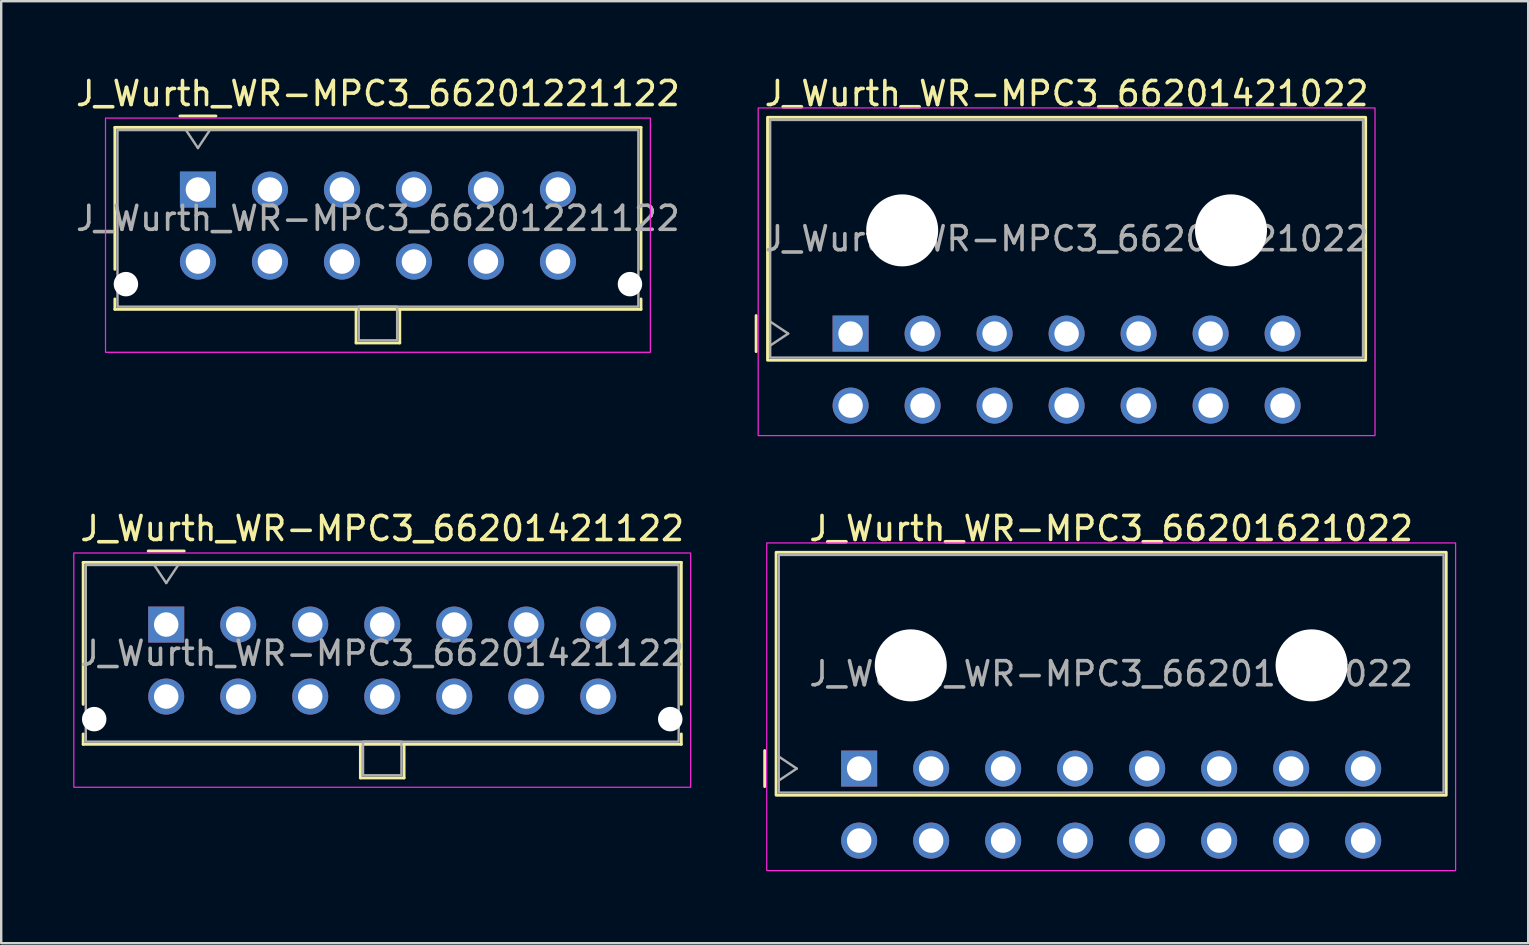
<source format=kicad_pcb>
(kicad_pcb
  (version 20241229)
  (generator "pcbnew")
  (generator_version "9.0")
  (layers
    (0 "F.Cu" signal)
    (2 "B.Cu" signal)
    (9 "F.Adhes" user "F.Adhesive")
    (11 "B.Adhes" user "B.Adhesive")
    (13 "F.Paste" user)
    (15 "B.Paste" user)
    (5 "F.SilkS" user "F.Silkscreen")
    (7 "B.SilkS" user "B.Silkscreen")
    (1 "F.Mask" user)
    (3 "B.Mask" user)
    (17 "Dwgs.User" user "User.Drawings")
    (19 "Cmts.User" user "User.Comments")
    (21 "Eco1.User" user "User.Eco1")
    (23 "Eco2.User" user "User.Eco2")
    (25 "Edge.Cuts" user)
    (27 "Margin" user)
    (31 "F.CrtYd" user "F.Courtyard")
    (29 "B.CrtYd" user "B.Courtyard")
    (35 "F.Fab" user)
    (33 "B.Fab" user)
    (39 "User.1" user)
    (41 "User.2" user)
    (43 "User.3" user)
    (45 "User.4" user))
  (footprint "J_Wurth_WR-MPC3_66201621022"
    (layer "F.Cu")
    (at 32.745 28.971)
    (property "Reference" "J_Wurth_WR-MPC3_66201621022" (at 10.5 -10 0) (unlocked yes) (layer "F.SilkS") (effects (font (size 1 1) (thickness 0.15))))
    (attr through_hole)
    (fp_line (start -3.935 -0.75) (end -3.935 0.75) (stroke (width 0.12) (type solid)) (layer "F.SilkS"))
    (fp_rect (start -3.46 -9.01) (end 24.46 1.11) (stroke (width 0.12) (type solid)) (fill no) (layer "F.SilkS"))
    (fp_rect (start -3.85 -9.4) (end 24.85 4.25) (stroke (width 0.05) (type solid)) (fill no) (layer "F.CrtYd"))
    (fp_line (start -2.6 0) (end -3.35 -0.5) (stroke (width 0.1) (type solid)) (layer "F.Fab"))
    (fp_line (start -2.6 0) (end -3.35 0.5) (stroke (width 0.1) (type solid)) (layer "F.Fab"))
    (fp_rect (start -3.35 -8.9) (end 24.35 1) (stroke (width 0.1) (type solid)) (fill no) (layer "F.Fab"))
    (fp_text user "${REFERENCE}" (at 10.5 -3.95 0) (unlocked yes) (layer "F.Fab") (effects (font (size 1 1) (thickness 0.15))))
    (pad "" np_thru_hole circle (at 2.15 -4.3 180) (size 3 3) (drill 3) (layers "*.Cu" "*.Mask"))
    (pad "" np_thru_hole circle (at 18.85 -4.3 180) (size 3 3) (drill 3) (layers "*.Cu" "*.Mask"))
    (pad "1" thru_hole rect (at 0 0 180) (size 1.5 1.5) (drill 1.02) (layers "*.Cu" "*.Mask"))
    (pad "2" thru_hole circle (at 3 0 180) (size 1.5 1.5) (drill 1.02) (layers "*.Cu" "*.Mask"))
    (pad "3" thru_hole circle (at 6 0 180) (size 1.5 1.5) (drill 1.02) (layers "*.Cu" "*.Mask"))
    (pad "4" thru_hole circle (at 9 0 180) (size 1.5 1.5) (drill 1.02) (layers "*.Cu" "*.Mask"))
    (pad "5" thru_hole circle (at 12 0 180) (size 1.5 1.5) (drill 1.02) (layers "*.Cu" "*.Mask"))
    (pad "6" thru_hole circle (at 15 0 180) (size 1.5 1.5) (drill 1.02) (layers "*.Cu" "*.Mask"))
    (pad "7" thru_hole circle (at 18 0 180) (size 1.5 1.5) (drill 1.02) (layers "*.Cu" "*.Mask"))
    (pad "8" thru_hole circle (at 21 0 180) (size 1.5 1.5) (drill 1.02) (layers "*.Cu" "*.Mask"))
    (pad "9" thru_hole circle (at 0 3 180) (size 1.5 1.5) (drill 1.02) (layers "*.Cu" "*.Mask"))
    (pad "10" thru_hole circle (at 3 3 180) (size 1.5 1.5) (drill 1.02) (layers "*.Cu" "*.Mask"))
    (pad "11" thru_hole circle (at 6 3 180) (size 1.5 1.5) (drill 1.02) (layers "*.Cu" "*.Mask"))
    (pad "12" thru_hole circle (at 9 3 180) (size 1.5 1.5) (drill 1.02) (layers "*.Cu" "*.Mask"))
    (pad "13" thru_hole circle (at 12 3 180) (size 1.5 1.5) (drill 1.02) (layers "*.Cu" "*.Mask"))
    (pad "14" thru_hole circle (at 15 3 180) (size 1.5 1.5) (drill 1.02) (layers "*.Cu" "*.Mask"))
    (pad "15" thru_hole circle (at 18 3 180) (size 1.5 1.5) (drill 1.02) (layers "*.Cu" "*.Mask"))
    (pad "16" thru_hole circle (at 21 3 180) (size 1.5 1.5) (drill 1.02) (layers "*.Cu" "*.Mask")))
  (footprint "J_Wurth_WR-MPC3_66201221122"
    (layer "F.Cu")
    (at 5.196 4.848)
    (property "Reference" "J_Wurth_WR-MPC3_66201221122" (at 7.5 -4 0) (unlocked yes) (layer "F.SilkS") (effects (font (size 1 1) (thickness 0.15))))
    (attr through_hole)
    (fp_line (start -3.46 -2.59) (end -3.46 3.323) (stroke (width 0.12) (type default)) (layer "F.SilkS"))
    (fp_line (start -3.46 -2.59) (end 18.46 -2.59) (stroke (width 0.12) (type default)) (layer "F.SilkS"))
    (fp_line (start -3.46 4.99) (end -3.46 4.557) (stroke (width 0.12) (type default)) (layer "F.SilkS"))
    (fp_line (start -0.75 -3.065) (end 0.75 -3.065) (stroke (width 0.12) (type solid)) (layer "F.SilkS"))
    (fp_line (start 6.59 6.39) (end 6.59 4.99) (stroke (width 0.12) (type default)) (layer "F.SilkS"))
    (fp_line (start 8.41 4.99) (end 8.41 6.39) (stroke (width 0.12) (type default)) (layer "F.SilkS"))
    (fp_line (start 8.41 6.39) (end 6.59 6.39) (stroke (width 0.12) (type default)) (layer "F.SilkS"))
    (fp_line (start 18.46 -2.59) (end 18.46 3.323) (stroke (width 0.12) (type default)) (layer "F.SilkS"))
    (fp_line (start 18.46 4.99) (end -3.46 4.99) (stroke (width 0.12) (type default)) (layer "F.SilkS"))
    (fp_line (start 18.46 4.99) (end 18.46 4.557) (stroke (width 0.12) (type default)) (layer "F.SilkS"))
    (fp_rect (start -3.85 -2.98) (end 18.85 6.78) (stroke (width 0.05) (type solid)) (fill no) (layer "F.CrtYd"))
    (fp_line (start 0 -1.73) (end -0.5 -2.48) (stroke (width 0.1) (type solid)) (layer "F.Fab"))
    (fp_line (start 0 -1.73) (end 0.5 -2.48) (stroke (width 0.1) (type solid)) (layer "F.Fab"))
    (fp_rect (start -3.35 -2.48) (end 18.35 4.88) (stroke (width 0.1) (type solid)) (fill no) (layer "F.Fab"))
    (fp_rect (start 6.7 4.88) (end 8.3 6.28) (stroke (width 0.1) (type solid)) (fill no) (layer "F.Fab"))
    (fp_text user "${REFERENCE}" (at 7.5 1.2 0) (unlocked yes) (layer "F.Fab") (effects (font (size 1 1) (thickness 0.15))))
    (pad "" np_thru_hole circle (at -3 3.94 180) (size 1.02 1.02) (drill 1.02) (layers "*.Cu" "*.Mask"))
    (pad "" np_thru_hole circle (at 18 3.94 180) (size 1.02 1.02) (drill 1.02) (layers "*.Cu" "*.Mask"))
    (pad "1" thru_hole rect (at 0 0 180) (size 1.5 1.5) (drill 1.02) (layers "*.Cu" "*.Mask"))
    (pad "2" thru_hole circle (at 3 0 180) (size 1.5 1.5) (drill 1.02) (layers "*.Cu" "*.Mask"))
    (pad "3" thru_hole circle (at 6 0 180) (size 1.5 1.5) (drill 1.02) (layers "*.Cu" "*.Mask"))
    (pad "4" thru_hole circle (at 9 0 180) (size 1.5 1.5) (drill 1.02) (layers "*.Cu" "*.Mask"))
    (pad "5" thru_hole circle (at 12 0 180) (size 1.5 1.5) (drill 1.02) (layers "*.Cu" "*.Mask"))
    (pad "6" thru_hole circle (at 15 0 180) (size 1.5 1.5) (drill 1.02) (layers "*.Cu" "*.Mask"))
    (pad "7" thru_hole circle (at 0 3 180) (size 1.5 1.5) (drill 1.02) (layers "*.Cu" "*.Mask"))
    (pad "8" thru_hole circle (at 3 3 180) (size 1.5 1.5) (drill 1.02) (layers "*.Cu" "*.Mask"))
    (pad "9" thru_hole circle (at 6 3 180) (size 1.5 1.5) (drill 1.02) (layers "*.Cu" "*.Mask"))
    (pad "10" thru_hole circle (at 9 3 180) (size 1.5 1.5) (drill 1.02) (layers "*.Cu" "*.Mask"))
    (pad "11" thru_hole circle (at 12 3 180) (size 1.5 1.5) (drill 1.02) (layers "*.Cu" "*.Mask"))
    (pad "12" thru_hole circle (at 15 3 180) (size 1.5 1.5) (drill 1.02) (layers "*.Cu" "*.Mask")))
  (footprint "J_Wurth_WR-MPC3_66201421022"
    (layer "F.Cu")
    (at 32.388 10.848)
    (property "Reference" "J_Wurth_WR-MPC3_66201421022" (at 9 -10 0) (unlocked yes) (layer "F.SilkS") (effects (font (size 1 1) (thickness 0.15))))
    (attr through_hole)
    (fp_line (start -3.935 -0.75) (end -3.935 0.75) (stroke (width 0.12) (type solid)) (layer "F.SilkS"))
    (fp_rect (start -3.46 -9.01) (end 21.46 1.11) (stroke (width 0.12) (type solid)) (fill no) (layer "F.SilkS"))
    (fp_rect (start -3.85 -9.4) (end 21.85 4.25) (stroke (width 0.05) (type solid)) (fill no) (layer "F.CrtYd"))
    (fp_line (start -2.6 0) (end -3.35 -0.5) (stroke (width 0.1) (type solid)) (layer "F.Fab"))
    (fp_line (start -2.6 0) (end -3.35 0.5) (stroke (width 0.1) (type solid)) (layer "F.Fab"))
    (fp_rect (start -3.35 -8.9) (end 21.35 1) (stroke (width 0.1) (type solid)) (fill no) (layer "F.Fab"))
    (fp_text user "${REFERENCE}" (at 9 -3.95 0) (unlocked yes) (layer "F.Fab") (effects (font (size 1 1) (thickness 0.15))))
    (pad "" np_thru_hole circle (at 2.15 -4.3 180) (size 3 3) (drill 3) (layers "*.Cu" "*.Mask"))
    (pad "" np_thru_hole circle (at 15.85 -4.3 180) (size 3 3) (drill 3) (layers "*.Cu" "*.Mask"))
    (pad "1" thru_hole rect (at 0 0 180) (size 1.5 1.5) (drill 1.02) (layers "*.Cu" "*.Mask"))
    (pad "2" thru_hole circle (at 3 0 180) (size 1.5 1.5) (drill 1.02) (layers "*.Cu" "*.Mask"))
    (pad "3" thru_hole circle (at 6 0 180) (size 1.5 1.5) (drill 1.02) (layers "*.Cu" "*.Mask"))
    (pad "4" thru_hole circle (at 9 0 180) (size 1.5 1.5) (drill 1.02) (layers "*.Cu" "*.Mask"))
    (pad "5" thru_hole circle (at 12 0 180) (size 1.5 1.5) (drill 1.02) (layers "*.Cu" "*.Mask"))
    (pad "6" thru_hole circle (at 15 0 180) (size 1.5 1.5) (drill 1.02) (layers "*.Cu" "*.Mask"))
    (pad "7" thru_hole circle (at 18 0 180) (size 1.5 1.5) (drill 1.02) (layers "*.Cu" "*.Mask"))
    (pad "8" thru_hole circle (at 0 3 180) (size 1.5 1.5) (drill 1.02) (layers "*.Cu" "*.Mask"))
    (pad "9" thru_hole circle (at 3 3 180) (size 1.5 1.5) (drill 1.02) (layers "*.Cu" "*.Mask"))
    (pad "10" thru_hole circle (at 6 3 180) (size 1.5 1.5) (drill 1.02) (layers "*.Cu" "*.Mask"))
    (pad "11" thru_hole circle (at 9 3 180) (size 1.5 1.5) (drill 1.02) (layers "*.Cu" "*.Mask"))
    (pad "12" thru_hole circle (at 12 3 180) (size 1.5 1.5) (drill 1.02) (layers "*.Cu" "*.Mask"))
    (pad "13" thru_hole circle (at 15 3 180) (size 1.5 1.5) (drill 1.02) (layers "*.Cu" "*.Mask"))
    (pad "14" thru_hole circle (at 18 3 180) (size 1.5 1.5) (drill 1.02) (layers "*.Cu" "*.Mask")))
  (footprint "J_Wurth_WR-MPC3_66201421122"
    (layer "F.Cu")
    (at 3.875 22.971)
    (property "Reference" "J_Wurth_WR-MPC3_66201421122" (at 9 -4 0) (unlocked yes) (layer "F.SilkS") (effects (font (size 1 1) (thickness 0.15))))
    (attr through_hole)
    (fp_line (start -3.46 -2.59) (end -3.46 3.323) (stroke (width 0.12) (type default)) (layer "F.SilkS"))
    (fp_line (start -3.46 -2.59) (end 21.46 -2.59) (stroke (width 0.12) (type default)) (layer "F.SilkS"))
    (fp_line (start -3.46 4.99) (end -3.46 4.557) (stroke (width 0.12) (type default)) (layer "F.SilkS"))
    (fp_line (start -0.75 -3.065) (end 0.75 -3.065) (stroke (width 0.12) (type solid)) (layer "F.SilkS"))
    (fp_line (start 8.09 6.39) (end 8.09 4.99) (stroke (width 0.12) (type default)) (layer "F.SilkS"))
    (fp_line (start 9.91 4.99) (end 9.91 6.39) (stroke (width 0.12) (type default)) (layer "F.SilkS"))
    (fp_line (start 9.91 6.39) (end 8.09 6.39) (stroke (width 0.12) (type default)) (layer "F.SilkS"))
    (fp_line (start 21.46 -2.59) (end 21.46 3.323) (stroke (width 0.12) (type default)) (layer "F.SilkS"))
    (fp_line (start 21.46 4.99) (end -3.46 4.99) (stroke (width 0.12) (type default)) (layer "F.SilkS"))
    (fp_line (start 21.46 4.99) (end 21.46 4.557) (stroke (width 0.12) (type default)) (layer "F.SilkS"))
    (fp_rect (start -3.85 -2.98) (end 21.85 6.78) (stroke (width 0.05) (type solid)) (fill no) (layer "F.CrtYd"))
    (fp_line (start 0 -1.73) (end -0.5 -2.48) (stroke (width 0.1) (type solid)) (layer "F.Fab"))
    (fp_line (start 0 -1.73) (end 0.5 -2.48) (stroke (width 0.1) (type solid)) (layer "F.Fab"))
    (fp_rect (start -3.35 -2.48) (end 21.35 4.88) (stroke (width 0.1) (type solid)) (fill no) (layer "F.Fab"))
    (fp_rect (start 8.2 4.88) (end 9.8 6.28) (stroke (width 0.1) (type solid)) (fill no) (layer "F.Fab"))
    (fp_text user "${REFERENCE}" (at 9 1.2 0) (unlocked yes) (layer "F.Fab") (effects (font (size 1 1) (thickness 0.15))))
    (pad "" np_thru_hole circle (at -3 3.94 180) (size 1.02 1.02) (drill 1.02) (layers "*.Cu" "*.Mask"))
    (pad "" np_thru_hole circle (at 21 3.94 180) (size 1.02 1.02) (drill 1.02) (layers "*.Cu" "*.Mask"))
    (pad "1" thru_hole rect (at 0 0 180) (size 1.5 1.5) (drill 1.02) (layers "*.Cu" "*.Mask"))
    (pad "2" thru_hole circle (at 3 0 180) (size 1.5 1.5) (drill 1.02) (layers "*.Cu" "*.Mask"))
    (pad "3" thru_hole circle (at 6 0 180) (size 1.5 1.5) (drill 1.02) (layers "*.Cu" "*.Mask"))
    (pad "4" thru_hole circle (at 9 0 180) (size 1.5 1.5) (drill 1.02) (layers "*.Cu" "*.Mask"))
    (pad "5" thru_hole circle (at 12 0 180) (size 1.5 1.5) (drill 1.02) (layers "*.Cu" "*.Mask"))
    (pad "6" thru_hole circle (at 15 0 180) (size 1.5 1.5) (drill 1.02) (layers "*.Cu" "*.Mask"))
    (pad "7" thru_hole circle (at 18 0 180) (size 1.5 1.5) (drill 1.02) (layers "*.Cu" "*.Mask"))
    (pad "8" thru_hole circle (at 0 3 180) (size 1.5 1.5) (drill 1.02) (layers "*.Cu" "*.Mask"))
    (pad "9" thru_hole circle (at 3 3 180) (size 1.5 1.5) (drill 1.02) (layers "*.Cu" "*.Mask"))
    (pad "10" thru_hole circle (at 6 3 180) (size 1.5 1.5) (drill 1.02) (layers "*.Cu" "*.Mask"))
    (pad "11" thru_hole circle (at 9 3 180) (size 1.5 1.5) (drill 1.02) (layers "*.Cu" "*.Mask"))
    (pad "12" thru_hole circle (at 12 3 180) (size 1.5 1.5) (drill 1.02) (layers "*.Cu" "*.Mask"))
    (pad "13" thru_hole circle (at 15 3 180) (size 1.5 1.5) (drill 1.02) (layers "*.Cu" "*.Mask"))
    (pad "14" thru_hole circle (at 18 3 180) (size 1.5 1.5) (drill 1.02) (layers "*.Cu" "*.Mask")))
  (gr_rect
    (start -3 -3)
    (end 60.62 36.246)
    (stroke (width 0.1) (type default))
    (fill no)
    (layer "Edge.Cuts")))
</source>
